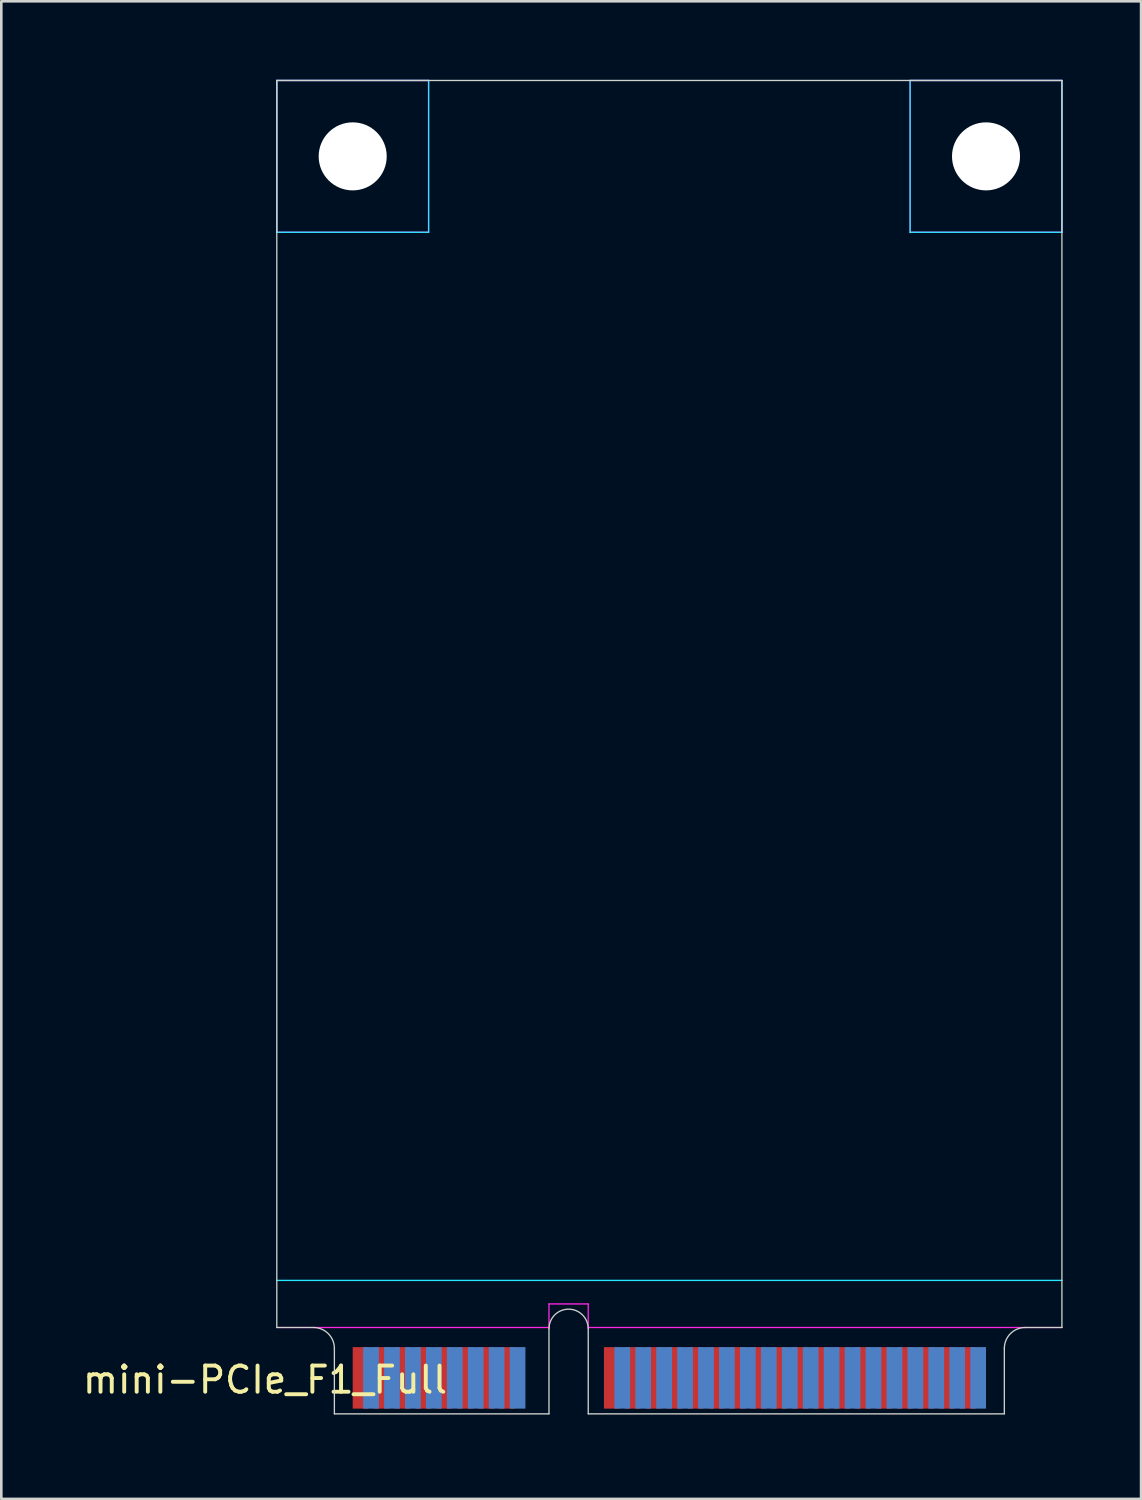
<source format=kicad_pcb>
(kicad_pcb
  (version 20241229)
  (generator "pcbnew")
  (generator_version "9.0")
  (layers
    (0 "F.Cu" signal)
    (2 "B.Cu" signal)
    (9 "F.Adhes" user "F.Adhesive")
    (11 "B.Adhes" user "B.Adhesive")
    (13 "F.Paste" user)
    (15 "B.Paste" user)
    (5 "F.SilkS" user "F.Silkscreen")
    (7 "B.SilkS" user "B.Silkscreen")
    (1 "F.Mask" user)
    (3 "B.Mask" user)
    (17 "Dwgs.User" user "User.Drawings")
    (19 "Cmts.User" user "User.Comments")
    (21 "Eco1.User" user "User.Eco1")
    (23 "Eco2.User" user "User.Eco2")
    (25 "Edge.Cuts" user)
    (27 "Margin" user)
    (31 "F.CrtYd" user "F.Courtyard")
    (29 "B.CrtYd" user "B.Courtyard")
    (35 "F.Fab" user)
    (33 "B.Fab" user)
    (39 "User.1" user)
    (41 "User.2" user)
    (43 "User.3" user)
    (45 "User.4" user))
  (footprint "mini-PCIe_F1_Full"
    (layer "F.Cu")
    (at 18.677 50.975)
    (property "Reference" "mini-PCIe_F1_Full" (at -11.6 -1.3 0) (layer "F.SilkS") (effects (font (size 1 1) (thickness 0.15))))
    (attr through_hole)
    (fp_line (start -11.15 -50.95) (end 18.85 -50.95) (stroke (width 0.05) (type solid)) (layer "Edge.Cuts"))
    (fp_line (start -11.15 -3.3) (end -11.15 -50.95) (stroke (width 0.05) (type solid)) (layer "Edge.Cuts"))
    (fp_line (start -11.15 -3.3) (end -9.75 -3.3) (stroke (width 0.05) (type solid)) (layer "Edge.Cuts"))
    (fp_line (start -8.95 0) (end -8.95 -2.5) (stroke (width 0.05) (type solid)) (layer "Edge.Cuts"))
    (fp_line (start -0.75 0) (end -8.95 0) (stroke (width 0.05) (type solid)) (layer "Edge.Cuts"))
    (fp_line (start -0.75 0) (end -0.75 -3.25) (stroke (width 0.05) (type solid)) (layer "Edge.Cuts"))
    (fp_line (start 0.75 0) (end 0.75 -3.25) (stroke (width 0.05) (type solid)) (layer "Edge.Cuts"))
    (fp_line (start 0.75 0) (end 16.65 0) (stroke (width 0.05) (type solid)) (layer "Edge.Cuts"))
    (fp_line (start 16.65 0) (end 16.65 -2.5) (stroke (width 0.05) (type solid)) (layer "Edge.Cuts"))
    (fp_line (start 17.45 -3.3) (end 18.85 -3.3) (stroke (width 0.05) (type solid)) (layer "Edge.Cuts"))
    (fp_line (start 18.85 -3.3) (end 18.85 -50.95) (stroke (width 0.05) (type solid)) (layer "Edge.Cuts"))
    (fp_arc (start -9.75 -3.3) (mid -9.184315 -3.065685) (end -8.95 -2.5) (stroke (width 0.05) (type solid)) (layer "Edge.Cuts"))
    (fp_arc (start -0.75 -3.25) (mid 0 -4) (end 0.75 -3.25) (stroke (width 0.05) (type solid)) (layer "Edge.Cuts"))
    (fp_arc (start 16.65 -2.5) (mid 16.884315 -3.065685) (end 17.45 -3.3) (stroke (width 0.05) (type solid)) (layer "Edge.Cuts"))
    (fp_line (start -11.15 -50.95) (end -5.35 -50.95) (stroke (width 0.05) (type solid)) (layer "B.CrtYd"))
    (fp_line (start -11.15 -45.15) (end -11.15 -50.95) (stroke (width 0.05) (type solid)) (layer "B.CrtYd"))
    (fp_line (start -11.15 -45.15) (end -5.35 -45.15) (stroke (width 0.05) (type solid)) (layer "B.CrtYd"))
    (fp_line (start -11.15 -5.1) (end 18.85 -5.1) (stroke (width 0.05) (type solid)) (layer "B.CrtYd"))
    (fp_line (start -5.35 -45.15) (end -5.35 -50.95) (stroke (width 0.05) (type solid)) (layer "B.CrtYd"))
    (fp_line (start 13.05 -50.95) (end 18.85 -50.95) (stroke (width 0.05) (type solid)) (layer "B.CrtYd"))
    (fp_line (start 13.05 -45.15) (end 13.05 -50.95) (stroke (width 0.05) (type solid)) (layer "B.CrtYd"))
    (fp_line (start 13.05 -45.15) (end 18.85 -45.15) (stroke (width 0.05) (type solid)) (layer "B.CrtYd"))
    (fp_line (start 18.85 -45.15) (end 18.85 -50.95) (stroke (width 0.05) (type solid)) (layer "B.CrtYd"))
    (fp_line (start -11.15 -50.95) (end -5.35 -50.95) (stroke (width 0.05) (type solid)) (layer "F.CrtYd"))
    (fp_line (start -11.15 -45.15) (end -11.15 -50.95) (stroke (width 0.05) (type solid)) (layer "F.CrtYd"))
    (fp_line (start -11.15 -45.15) (end -5.35 -45.15) (stroke (width 0.05) (type solid)) (layer "F.CrtYd"))
    (fp_line (start -11.15 -3.3) (end -0.75 -3.3) (stroke (width 0.05) (type solid)) (layer "F.CrtYd"))
    (fp_line (start -5.35 -45.15) (end -5.35 -50.95) (stroke (width 0.05) (type solid)) (layer "F.CrtYd"))
    (fp_line (start -0.75 -4.2) (end 0.75 -4.2) (stroke (width 0.05) (type solid)) (layer "F.CrtYd"))
    (fp_line (start -0.75 -3.3) (end -0.75 -4.2) (stroke (width 0.05) (type solid)) (layer "F.CrtYd"))
    (fp_line (start 0.75 -3.3) (end 0.75 -4.2) (stroke (width 0.05) (type solid)) (layer "F.CrtYd"))
    (fp_line (start 0.75 -3.3) (end 18.85 -3.3) (stroke (width 0.05) (type solid)) (layer "F.CrtYd"))
    (fp_line (start 13.05 -50.95) (end 18.85 -50.95) (stroke (width 0.05) (type solid)) (layer "F.CrtYd"))
    (fp_line (start 13.05 -45.15) (end 13.05 -50.95) (stroke (width 0.05) (type solid)) (layer "F.CrtYd"))
    (fp_line (start 13.05 -45.15) (end 18.85 -45.15) (stroke (width 0.05) (type solid)) (layer "F.CrtYd"))
    (fp_line (start 18.85 -45.15) (end 18.85 -50.95) (stroke (width 0.05) (type solid)) (layer "F.CrtYd"))
    (pad "" np_thru_hole circle (at -8.25 -48.05) (size 2.6 2.6) (drill 2.6) (layers "*.Cu"))
    (pad "" np_thru_hole circle (at 15.95 -48.05) (size 2.6 2.6) (drill 2.6) (layers "*.Cu"))
    (pad "1" smd rect (at -7.95 -1.375) (size 0.6 2.35) (layers "F.Cu" "F.Mask"))
    (pad "2" smd rect (at -7.55 -1.375) (size 0.6 2.35) (layers "B.Cu" "B.Mask"))
    (pad "3" smd rect (at -7.15 -1.375) (size 0.6 2.35) (layers "F.Cu" "F.Mask"))
    (pad "4" smd rect (at -6.75 -1.375) (size 0.6 2.35) (layers "B.Cu" "B.Mask"))
    (pad "5" smd rect (at -6.35 -1.375) (size 0.6 2.35) (layers "F.Cu" "F.Mask"))
    (pad "6" smd rect (at -5.95 -1.375) (size 0.6 2.35) (layers "B.Cu" "B.Mask"))
    (pad "7" smd rect (at -5.55 -1.375) (size 0.6 2.35) (layers "F.Cu" "F.Mask"))
    (pad "8" smd rect (at -5.15 -1.375) (size 0.6 2.35) (layers "B.Cu" "B.Mask"))
    (pad "9" smd rect (at -4.75 -1.375) (size 0.6 2.35) (layers "F.Cu" "F.Mask"))
    (pad "10" smd rect (at -4.35 -1.375) (size 0.6 2.35) (layers "B.Cu" "B.Mask"))
    (pad "11" smd rect (at -3.95 -1.375) (size 0.6 2.35) (layers "F.Cu" "F.Mask"))
    (pad "12" smd rect (at -3.55 -1.375) (size 0.6 2.35) (layers "B.Cu" "B.Mask"))
    (pad "13" smd rect (at -3.15 -1.375) (size 0.6 2.35) (layers "F.Cu" "F.Mask"))
    (pad "14" smd rect (at -2.75 -1.375) (size 0.6 2.35) (layers "B.Cu" "B.Mask"))
    (pad "15" smd rect (at -2.35 -1.375) (size 0.6 2.35) (layers "F.Cu" "F.Mask"))
    (pad "16" smd rect (at -1.95 -1.375) (size 0.6 2.35) (layers "B.Cu" "B.Mask"))
    (pad "17" smd rect (at 1.65 -1.375) (size 0.6 2.35) (layers "F.Cu" "F.Mask"))
    (pad "18" smd rect (at 2.05 -1.375) (size 0.6 2.35) (layers "B.Cu" "B.Mask"))
    (pad "19" smd rect (at 2.45 -1.375) (size 0.6 2.35) (layers "F.Cu" "F.Mask"))
    (pad "20" smd rect (at 2.85 -1.375) (size 0.6 2.35) (layers "B.Cu" "B.Mask"))
    (pad "21" smd rect (at 3.25 -1.375) (size 0.6 2.35) (layers "F.Cu" "F.Mask"))
    (pad "22" smd rect (at 3.65 -1.375) (size 0.6 2.35) (layers "B.Cu" "B.Mask"))
    (pad "23" smd rect (at 4.05 -1.375) (size 0.6 2.35) (layers "F.Cu" "F.Mask"))
    (pad "24" smd rect (at 4.45 -1.375) (size 0.6 2.35) (layers "B.Cu" "B.Mask"))
    (pad "25" smd rect (at 4.85 -1.375) (size 0.6 2.35) (layers "F.Cu" "F.Mask"))
    (pad "26" smd rect (at 5.25 -1.375) (size 0.6 2.35) (layers "B.Cu" "B.Mask"))
    (pad "27" smd rect (at 5.65 -1.375) (size 0.6 2.35) (layers "F.Cu" "F.Mask"))
    (pad "28" smd rect (at 6.05 -1.375) (size 0.6 2.35) (layers "B.Cu" "B.Mask"))
    (pad "29" smd rect (at 6.45 -1.375) (size 0.6 2.35) (layers "F.Cu" "F.Mask"))
    (pad "30" smd rect (at 6.85 -1.375) (size 0.6 2.35) (layers "B.Cu" "B.Mask"))
    (pad "31" smd rect (at 7.25 -1.375) (size 0.6 2.35) (layers "F.Cu" "F.Mask"))
    (pad "32" smd rect (at 7.65 -1.375) (size 0.6 2.35) (layers "B.Cu" "B.Mask"))
    (pad "33" smd rect (at 8.05 -1.375) (size 0.6 2.35) (layers "F.Cu" "F.Mask"))
    (pad "34" smd rect (at 8.45 -1.375) (size 0.6 2.35) (layers "B.Cu" "B.Mask"))
    (pad "35" smd rect (at 8.85 -1.375) (size 0.6 2.35) (layers "F.Cu" "F.Mask"))
    (pad "36" smd rect (at 9.25 -1.375) (size 0.6 2.35) (layers "B.Cu" "B.Mask"))
    (pad "37" smd rect (at 9.65 -1.375) (size 0.6 2.35) (layers "F.Cu" "F.Mask"))
    (pad "38" smd rect (at 10.05 -1.375) (size 0.6 2.35) (layers "B.Cu" "B.Mask"))
    (pad "39" smd rect (at 10.45 -1.375) (size 0.6 2.35) (layers "F.Cu" "F.Mask"))
    (pad "40" smd rect (at 10.85 -1.375) (size 0.6 2.35) (layers "B.Cu" "B.Mask"))
    (pad "41" smd rect (at 11.25 -1.375) (size 0.6 2.35) (layers "F.Cu" "F.Mask"))
    (pad "42" smd rect (at 11.65 -1.375) (size 0.6 2.35) (layers "B.Cu" "B.Mask"))
    (pad "43" smd rect (at 12.05 -1.375) (size 0.6 2.35) (layers "F.Cu" "F.Mask"))
    (pad "44" smd rect (at 12.45 -1.375) (size 0.6 2.35) (layers "B.Cu" "B.Mask"))
    (pad "45" smd rect (at 12.85 -1.375) (size 0.6 2.35) (layers "F.Cu" "F.Mask"))
    (pad "46" smd rect (at 13.25 -1.375) (size 0.6 2.35) (layers "B.Cu" "B.Mask"))
    (pad "47" smd rect (at 13.65 -1.375) (size 0.6 2.35) (layers "F.Cu" "F.Mask"))
    (pad "48" smd rect (at 14.05 -1.375) (size 0.6 2.35) (layers "B.Cu" "B.Mask"))
    (pad "49" smd rect (at 14.45 -1.375) (size 0.6 2.35) (layers "F.Cu" "F.Mask"))
    (pad "50" smd rect (at 14.85 -1.375) (size 0.6 2.35) (layers "B.Cu" "B.Mask"))
    (pad "51" smd rect (at 15.25 -1.375) (size 0.6 2.35) (layers "F.Cu" "F.Mask"))
    (pad "52" smd rect (at 15.65 -1.375) (size 0.6 2.35) (layers "B.Cu" "B.Mask")))
  (gr_rect
    (start -3 -3)
    (end 40.552 54.225)
    (stroke (width 0.1) (type default))
    (fill no)
    (layer "Edge.Cuts")))
</source>
